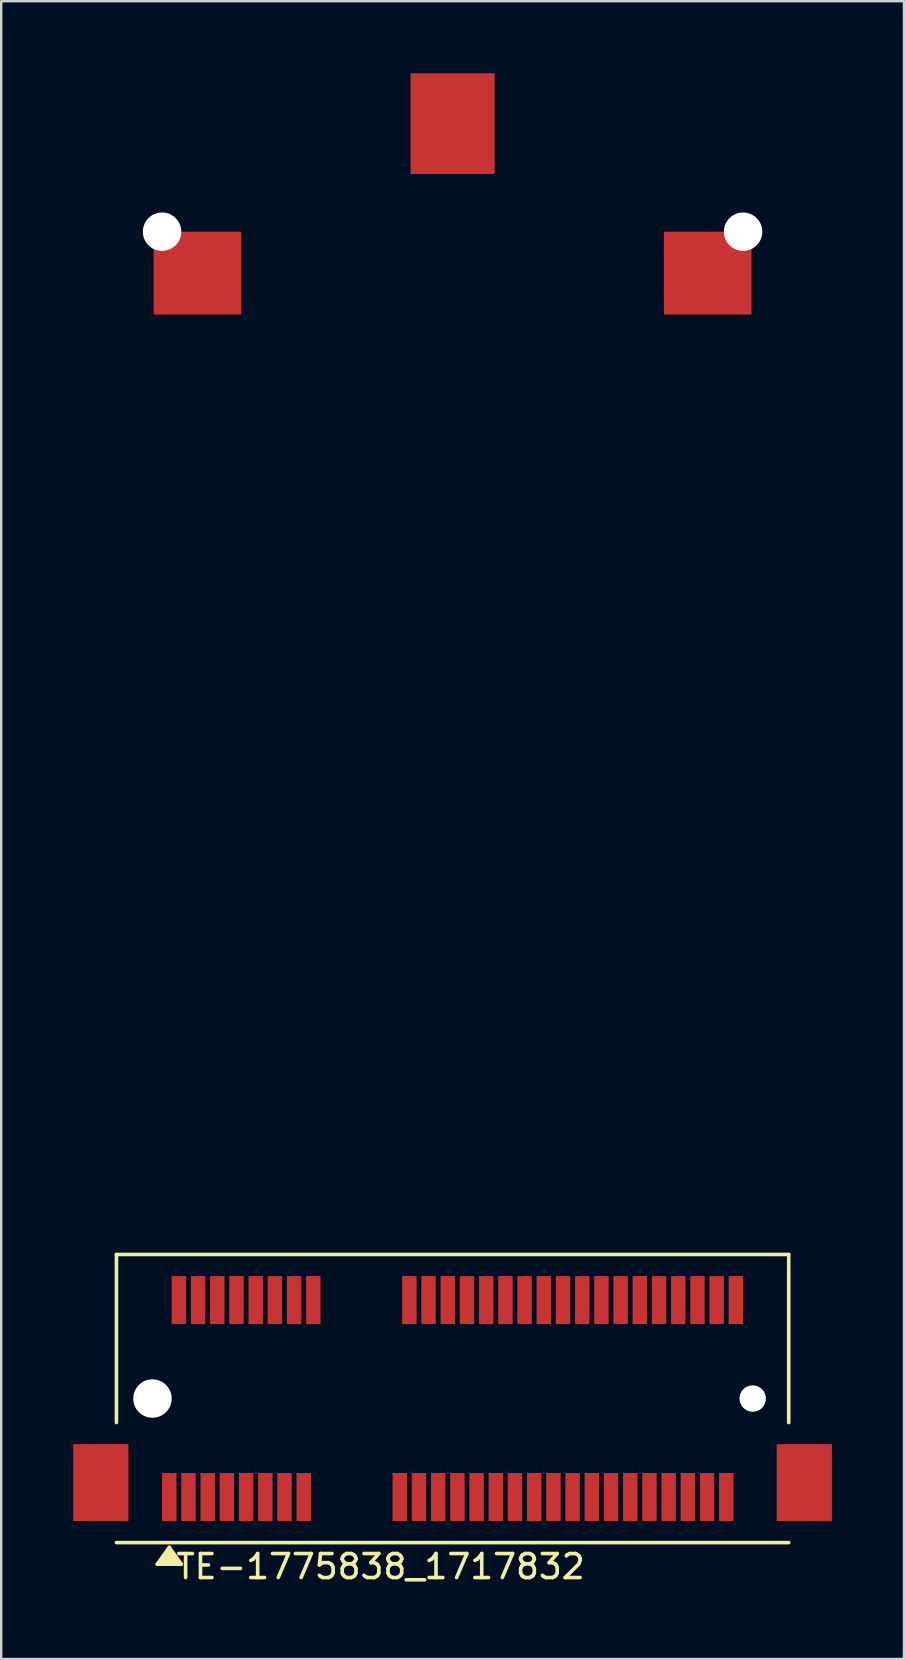
<source format=kicad_pcb>
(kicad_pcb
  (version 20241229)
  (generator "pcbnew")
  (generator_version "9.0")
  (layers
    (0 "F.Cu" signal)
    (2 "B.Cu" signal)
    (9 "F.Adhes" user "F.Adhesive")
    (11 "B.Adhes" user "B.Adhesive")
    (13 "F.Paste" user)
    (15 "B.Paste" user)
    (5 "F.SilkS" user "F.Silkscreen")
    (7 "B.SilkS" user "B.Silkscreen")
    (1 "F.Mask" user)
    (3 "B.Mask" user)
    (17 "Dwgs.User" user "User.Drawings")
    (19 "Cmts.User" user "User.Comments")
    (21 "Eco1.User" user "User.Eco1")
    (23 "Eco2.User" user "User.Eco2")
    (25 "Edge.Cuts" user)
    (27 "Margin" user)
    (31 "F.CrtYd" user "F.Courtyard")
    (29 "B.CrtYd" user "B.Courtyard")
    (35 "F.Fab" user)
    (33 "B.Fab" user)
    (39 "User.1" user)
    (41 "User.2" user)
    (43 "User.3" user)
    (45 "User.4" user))
  (footprint "TE-1775838_1717832"
    (layer "F.Cu")
    (at 3.3 55.2)
    (property "Reference" "TE-1775838_1717832" (at 9.5 7 0) (layer "F.SilkS") (effects (font (size 1 1) (thickness 0.15))))
    (attr through_hole)
    (fp_line (start -1.5 -6) (end 26.5 -6) (stroke (width 0.15) (type solid)) (layer "F.SilkS"))
    (fp_line (start -1.5 1) (end -1.5 -6) (stroke (width 0.15) (type solid)) (layer "F.SilkS"))
    (fp_line (start 0.2 6.9) (end 1.2 6.9) (stroke (width 0.15) (type solid)) (layer "F.SilkS"))
    (fp_line (start 0.4 6.7) (end 1 6.7) (stroke (width 0.15) (type solid)) (layer "F.SilkS"))
    (fp_line (start 0.4 6.8) (end 1 6.8) (stroke (width 0.15) (type solid)) (layer "F.SilkS"))
    (fp_line (start 0.5 6.5) (end 0.9 6.5) (stroke (width 0.15) (type solid)) (layer "F.SilkS"))
    (fp_line (start 0.5 6.6) (end 0.9 6.6) (stroke (width 0.15) (type solid)) (layer "F.SilkS"))
    (fp_line (start 0.6 6.4) (end 0.8 6.4) (stroke (width 0.15) (type solid)) (layer "F.SilkS"))
    (fp_line (start 0.7 6.2) (end 0.2 6.9) (stroke (width 0.15) (type solid)) (layer "F.SilkS"))
    (fp_line (start 1.2 6.9) (end 0.7 6.2) (stroke (width 0.15) (type solid)) (layer "F.SilkS"))
    (fp_line (start 26.5 -6) (end 26.5 1) (stroke (width 0.15) (type solid)) (layer "F.SilkS"))
    (fp_line (start 26.5 6) (end -1.5 6) (stroke (width 0.15) (type solid)) (layer "F.SilkS"))
    (pad "" smd rect (at -2.15 3.5) (size 2.3 3.2) (layers "F.Cu" "F.Mask" "F.Paste"))
    (pad "" np_thru_hole circle (at 0 0) (size 1.6 1.6) (drill 1.6) (layers "*.Cu" "*.Mask"))
    (pad "" np_thru_hole circle (at 0.4 -48.6) (size 1.6 1.6) (drill 1.6) (layers "*.Cu" "*.Mask"))
    (pad "" smd rect (at 1.875 -46.875) (size 3.65 3.45) (layers "F.Cu" "F.Mask" "F.Paste"))
    (pad "" smd rect (at 12.5 -53.1) (size 3.5 4.2) (layers "F.Cu" "F.Mask" "F.Paste"))
    (pad "" smd rect (at 23.125 -46.875) (size 3.65 3.45) (layers "F.Cu" "F.Mask" "F.Paste"))
    (pad "" np_thru_hole circle (at 24.6 -48.6) (size 1.6 1.6) (drill 1.6) (layers "*.Cu" "*.Mask"))
    (pad "" np_thru_hole circle (at 25 0) (size 1.1 1.1) (drill 1.1) (layers "*.Cu" "*.Mask"))
    (pad "" smd rect (at 27.15 3.5) (size 2.3 3.2) (layers "F.Cu" "F.Mask" "F.Paste"))
    (pad "1" smd rect (at 0.7 4.1) (size 0.6 2) (layers "F.Cu" "F.Mask" "F.Paste"))
    (pad "2" smd rect (at 1.1 -4.1) (size 0.6 2) (layers "F.Cu" "F.Mask" "F.Paste"))
    (pad "3" smd rect (at 1.5 4.1) (size 0.6 2) (layers "F.Cu" "F.Mask" "F.Paste"))
    (pad "4" smd rect (at 1.9 -4.1) (size 0.6 2) (layers "F.Cu" "F.Mask" "F.Paste"))
    (pad "5" smd rect (at 2.3 4.1) (size 0.6 2) (layers "F.Cu" "F.Mask" "F.Paste"))
    (pad "6" smd rect (at 2.7 -4.1) (size 0.6 2) (layers "F.Cu" "F.Mask" "F.Paste"))
    (pad "7" smd rect (at 3.1 4.1) (size 0.6 2) (layers "F.Cu" "F.Mask" "F.Paste"))
    (pad "8" smd rect (at 3.5 -4.1) (size 0.6 2) (layers "F.Cu" "F.Mask" "F.Paste"))
    (pad "9" smd rect (at 3.9 4.1) (size 0.6 2) (layers "F.Cu" "F.Mask" "F.Paste"))
    (pad "10" smd rect (at 4.3 -4.1) (size 0.6 2) (layers "F.Cu" "F.Mask" "F.Paste"))
    (pad "11" smd rect (at 4.7 4.1) (size 0.6 2) (layers "F.Cu" "F.Mask" "F.Paste"))
    (pad "12" smd rect (at 5.1 -4.1) (size 0.6 2) (layers "F.Cu" "F.Mask" "F.Paste"))
    (pad "13" smd rect (at 5.5 4.1) (size 0.6 2) (layers "F.Cu" "F.Mask" "F.Paste"))
    (pad "14" smd rect (at 5.9 -4.1) (size 0.6 2) (layers "F.Cu" "F.Mask" "F.Paste"))
    (pad "15" smd rect (at 6.3 4.1) (size 0.6 2) (layers "F.Cu" "F.Mask" "F.Paste"))
    (pad "16" smd rect (at 6.7 -4.1) (size 0.6 2) (layers "F.Cu" "F.Mask" "F.Paste"))
    (pad "17" smd rect (at 10.3 4.1) (size 0.6 2) (layers "F.Cu" "F.Mask" "F.Paste"))
    (pad "18" smd rect (at 10.7 -4.1) (size 0.6 2) (layers "F.Cu" "F.Mask" "F.Paste"))
    (pad "19" smd rect (at 11.1 4.1) (size 0.6 2) (layers "F.Cu" "F.Mask" "F.Paste"))
    (pad "20" smd rect (at 11.5 -4.1) (size 0.6 2) (layers "F.Cu" "F.Mask" "F.Paste"))
    (pad "21" smd rect (at 11.9 4.1) (size 0.6 2) (layers "F.Cu" "F.Mask" "F.Paste"))
    (pad "22" smd rect (at 12.3 -4.1) (size 0.6 2) (layers "F.Cu" "F.Mask" "F.Paste"))
    (pad "23" smd rect (at 12.7 4.1) (size 0.6 2) (layers "F.Cu" "F.Mask" "F.Paste"))
    (pad "24" smd rect (at 13.1 -4.1) (size 0.6 2) (layers "F.Cu" "F.Mask" "F.Paste"))
    (pad "25" smd rect (at 13.5 4.1) (size 0.6 2) (layers "F.Cu" "F.Mask" "F.Paste"))
    (pad "26" smd rect (at 13.9 -4.1) (size 0.6 2) (layers "F.Cu" "F.Mask" "F.Paste"))
    (pad "27" smd rect (at 14.3 4.1) (size 0.6 2) (layers "F.Cu" "F.Mask" "F.Paste"))
    (pad "28" smd rect (at 14.7 -4.1) (size 0.6 2) (layers "F.Cu" "F.Mask" "F.Paste"))
    (pad "29" smd rect (at 15.1 4.1) (size 0.6 2) (layers "F.Cu" "F.Mask" "F.Paste"))
    (pad "30" smd rect (at 15.5 -4.1) (size 0.6 2) (layers "F.Cu" "F.Mask" "F.Paste"))
    (pad "31" smd rect (at 15.9 4.1) (size 0.6 2) (layers "F.Cu" "F.Mask" "F.Paste"))
    (pad "32" smd rect (at 16.3 -4.1) (size 0.6 2) (layers "F.Cu" "F.Mask" "F.Paste"))
    (pad "33" smd rect (at 16.7 4.1) (size 0.6 2) (layers "F.Cu" "F.Mask" "F.Paste"))
    (pad "34" smd rect (at 17.1 -4.1) (size 0.6 2) (layers "F.Cu" "F.Mask" "F.Paste"))
    (pad "35" smd rect (at 17.5 4.1) (size 0.6 2) (layers "F.Cu" "F.Mask" "F.Paste"))
    (pad "36" smd rect (at 17.9 -4.1) (size 0.6 2) (layers "F.Cu" "F.Mask" "F.Paste"))
    (pad "37" smd rect (at 18.3 4.1) (size 0.6 2) (layers "F.Cu" "F.Mask" "F.Paste"))
    (pad "38" smd rect (at 18.7 -4.1) (size 0.6 2) (layers "F.Cu" "F.Mask" "F.Paste"))
    (pad "39" smd rect (at 19.1 4.1) (size 0.6 2) (layers "F.Cu" "F.Mask" "F.Paste"))
    (pad "40" smd rect (at 19.5 -4.1) (size 0.6 2) (layers "F.Cu" "F.Mask" "F.Paste"))
    (pad "41" smd rect (at 19.9 4.1) (size 0.6 2) (layers "F.Cu" "F.Mask" "F.Paste"))
    (pad "42" smd rect (at 20.3 -4.1) (size 0.6 2) (layers "F.Cu" "F.Mask" "F.Paste"))
    (pad "43" smd rect (at 20.7 4.1) (size 0.6 2) (layers "F.Cu" "F.Mask" "F.Paste"))
    (pad "44" smd rect (at 21.1 -4.1) (size 0.6 2) (layers "F.Cu" "F.Mask" "F.Paste"))
    (pad "45" smd rect (at 21.5 4.1) (size 0.6 2) (layers "F.Cu" "F.Mask" "F.Paste"))
    (pad "46" smd rect (at 21.9 -4.1) (size 0.6 2) (layers "F.Cu" "F.Mask" "F.Paste"))
    (pad "47" smd rect (at 22.3 4.1) (size 0.6 2) (layers "F.Cu" "F.Mask" "F.Paste"))
    (pad "48" smd rect (at 22.7 -4.1) (size 0.6 2) (layers "F.Cu" "F.Mask" "F.Paste"))
    (pad "49" smd rect (at 23.1 4.1) (size 0.6 2) (layers "F.Cu" "F.Mask" "F.Paste"))
    (pad "50" smd rect (at 23.5 -4.1) (size 0.6 2) (layers "F.Cu" "F.Mask" "F.Paste"))
    (pad "51" smd rect (at 23.9 4.1) (size 0.6 2) (layers "F.Cu" "F.Mask" "F.Paste"))
    (pad "52" smd rect (at 24.3 -4.1) (size 0.6 2) (layers "F.Cu" "F.Mask" "F.Paste")))
  (gr_rect
    (start -3 -3)
    (end 34.6 66.048)
    (stroke (width 0.1) (type default))
    (fill no)
    (layer "Edge.Cuts")))
</source>
